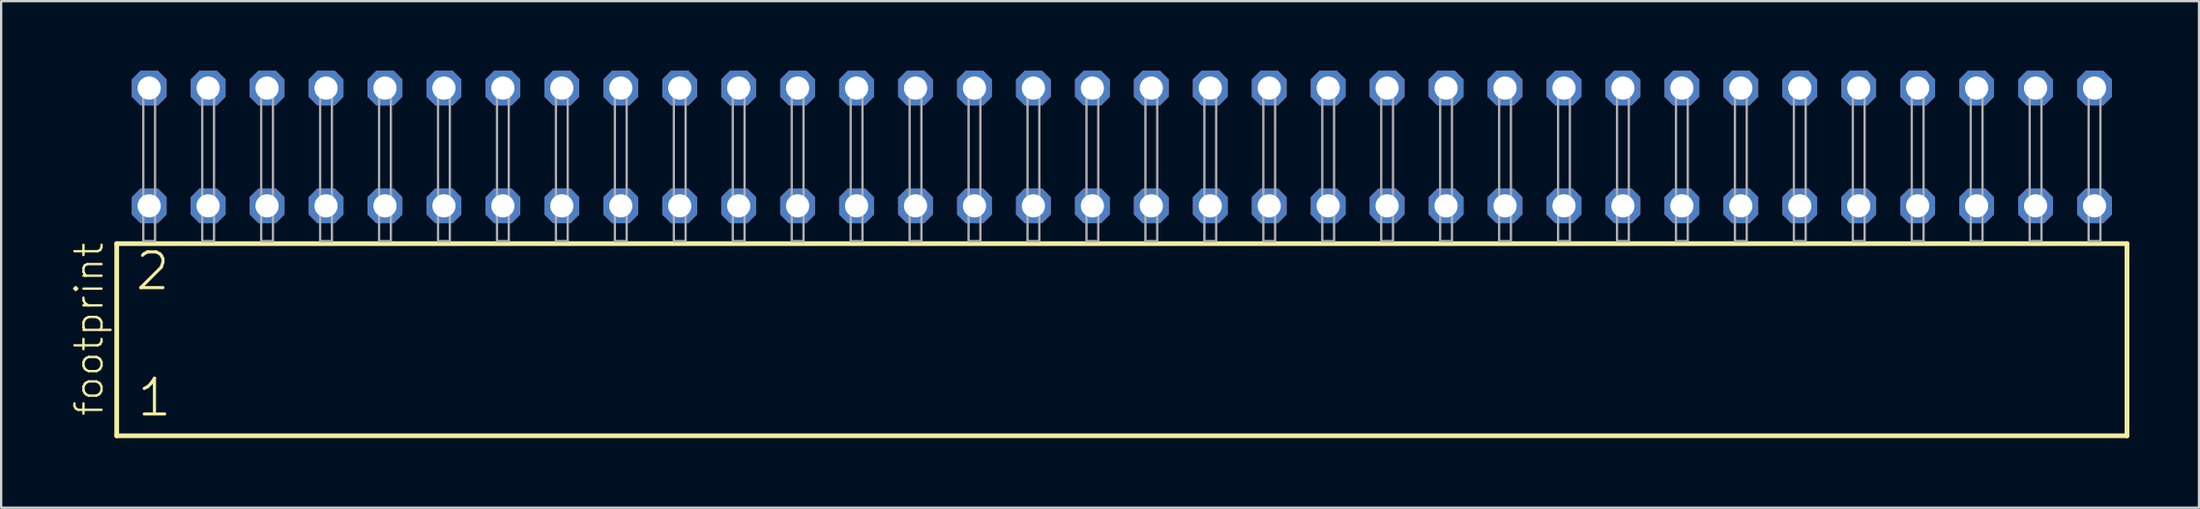
<source format=kicad_pcb>
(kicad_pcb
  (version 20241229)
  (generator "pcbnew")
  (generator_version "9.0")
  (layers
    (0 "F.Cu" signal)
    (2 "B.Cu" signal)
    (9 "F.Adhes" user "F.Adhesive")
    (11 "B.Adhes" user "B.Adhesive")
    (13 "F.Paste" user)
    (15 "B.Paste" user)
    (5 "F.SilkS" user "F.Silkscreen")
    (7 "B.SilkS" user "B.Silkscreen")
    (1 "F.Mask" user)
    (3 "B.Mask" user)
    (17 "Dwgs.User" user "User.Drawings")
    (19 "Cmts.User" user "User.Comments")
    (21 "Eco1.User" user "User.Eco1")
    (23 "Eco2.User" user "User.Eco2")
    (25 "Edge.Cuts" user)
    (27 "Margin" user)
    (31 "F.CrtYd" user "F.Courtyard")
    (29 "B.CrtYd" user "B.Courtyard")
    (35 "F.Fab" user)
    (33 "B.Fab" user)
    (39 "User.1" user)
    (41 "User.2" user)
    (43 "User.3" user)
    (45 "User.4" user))
  (footprint "footprint"
    (layer "F.Cu")
    (at 45.288 7.354)
    (property "Reference" "footprint" (at -43.815 7.62 90) (layer "F.SilkS") (effects (font (size 1.168 1.168) (thickness 0.102)) (justify left bottom)))
    (fp_line (start -43.309 0.106) (end -43.309 8.396) (stroke (width 0.203) (type solid)) (layer "F.SilkS"))
    (fp_line (start -43.309 8.396) (end 43.309 8.396) (stroke (width 0.203) (type solid)) (layer "F.SilkS"))
    (fp_line (start 43.309 0.106) (end -43.309 0.106) (stroke (width 0.203) (type solid)) (layer "F.SilkS"))
    (fp_line (start 43.309 8.396) (end 43.309 0.106) (stroke (width 0.203) (type solid)) (layer "F.SilkS"))
    (fp_poly (pts (xy -42.164 0) (xy -41.656 0) (xy -41.656 -6.858) (xy -42.164 -6.858)) (stroke (width 0.1) (type solid)) (fill no) (layer "F.Fab"))
    (fp_poly (pts (xy -39.624 0) (xy -39.116 0) (xy -39.116 -6.858) (xy -39.624 -6.858)) (stroke (width 0.1) (type solid)) (fill no) (layer "F.Fab"))
    (fp_poly (pts (xy -37.084 0) (xy -36.576 0) (xy -36.576 -6.858) (xy -37.084 -6.858)) (stroke (width 0.1) (type solid)) (fill no) (layer "F.Fab"))
    (fp_poly (pts (xy -34.544 0) (xy -34.036 0) (xy -34.036 -6.858) (xy -34.544 -6.858)) (stroke (width 0.1) (type solid)) (fill no) (layer "F.Fab"))
    (fp_poly (pts (xy -32.004 0) (xy -31.496 0) (xy -31.496 -6.858) (xy -32.004 -6.858)) (stroke (width 0.1) (type solid)) (fill no) (layer "F.Fab"))
    (fp_poly (pts (xy -29.464 0) (xy -28.956 0) (xy -28.956 -6.858) (xy -29.464 -6.858)) (stroke (width 0.1) (type solid)) (fill no) (layer "F.Fab"))
    (fp_poly (pts (xy -26.924 0) (xy -26.416 0) (xy -26.416 -6.858) (xy -26.924 -6.858)) (stroke (width 0.1) (type solid)) (fill no) (layer "F.Fab"))
    (fp_poly (pts (xy -24.384 0) (xy -23.876 0) (xy -23.876 -6.858) (xy -24.384 -6.858)) (stroke (width 0.1) (type solid)) (fill no) (layer "F.Fab"))
    (fp_poly (pts (xy -21.844 0) (xy -21.336 0) (xy -21.336 -6.858) (xy -21.844 -6.858)) (stroke (width 0.1) (type solid)) (fill no) (layer "F.Fab"))
    (fp_poly (pts (xy -19.304 0) (xy -18.796 0) (xy -18.796 -6.858) (xy -19.304 -6.858)) (stroke (width 0.1) (type solid)) (fill no) (layer "F.Fab"))
    (fp_poly (pts (xy -16.764 0) (xy -16.256 0) (xy -16.256 -6.858) (xy -16.764 -6.858)) (stroke (width 0.1) (type solid)) (fill no) (layer "F.Fab"))
    (fp_poly (pts (xy -14.224 0) (xy -13.716 0) (xy -13.716 -6.858) (xy -14.224 -6.858)) (stroke (width 0.1) (type solid)) (fill no) (layer "F.Fab"))
    (fp_poly (pts (xy -11.684 0) (xy -11.176 0) (xy -11.176 -6.858) (xy -11.684 -6.858)) (stroke (width 0.1) (type solid)) (fill no) (layer "F.Fab"))
    (fp_poly (pts (xy -9.144 0) (xy -8.636 0) (xy -8.636 -6.858) (xy -9.144 -6.858)) (stroke (width 0.1) (type solid)) (fill no) (layer "F.Fab"))
    (fp_poly (pts (xy -6.604 0) (xy -6.096 0) (xy -6.096 -6.858) (xy -6.604 -6.858)) (stroke (width 0.1) (type solid)) (fill no) (layer "F.Fab"))
    (fp_poly (pts (xy -4.064 0) (xy -3.556 0) (xy -3.556 -6.858) (xy -4.064 -6.858)) (stroke (width 0.1) (type solid)) (fill no) (layer "F.Fab"))
    (fp_poly (pts (xy -1.524 0) (xy -1.016 0) (xy -1.016 -6.858) (xy -1.524 -6.858)) (stroke (width 0.1) (type solid)) (fill no) (layer "F.Fab"))
    (fp_poly (pts (xy 1.016 0) (xy 1.524 0) (xy 1.524 -6.858) (xy 1.016 -6.858)) (stroke (width 0.1) (type solid)) (fill no) (layer "F.Fab"))
    (fp_poly (pts (xy 3.556 0) (xy 4.064 0) (xy 4.064 -6.858) (xy 3.556 -6.858)) (stroke (width 0.1) (type solid)) (fill no) (layer "F.Fab"))
    (fp_poly (pts (xy 6.096 0) (xy 6.604 0) (xy 6.604 -6.858) (xy 6.096 -6.858)) (stroke (width 0.1) (type solid)) (fill no) (layer "F.Fab"))
    (fp_poly (pts (xy 8.636 0) (xy 9.144 0) (xy 9.144 -6.858) (xy 8.636 -6.858)) (stroke (width 0.1) (type solid)) (fill no) (layer "F.Fab"))
    (fp_poly (pts (xy 11.176 0) (xy 11.684 0) (xy 11.684 -6.858) (xy 11.176 -6.858)) (stroke (width 0.1) (type solid)) (fill no) (layer "F.Fab"))
    (fp_poly (pts (xy 13.716 0) (xy 14.224 0) (xy 14.224 -6.858) (xy 13.716 -6.858)) (stroke (width 0.1) (type solid)) (fill no) (layer "F.Fab"))
    (fp_poly (pts (xy 16.256 0) (xy 16.764 0) (xy 16.764 -6.858) (xy 16.256 -6.858)) (stroke (width 0.1) (type solid)) (fill no) (layer "F.Fab"))
    (fp_poly (pts (xy 18.796 0) (xy 19.304 0) (xy 19.304 -6.858) (xy 18.796 -6.858)) (stroke (width 0.1) (type solid)) (fill no) (layer "F.Fab"))
    (fp_poly (pts (xy 21.336 0) (xy 21.844 0) (xy 21.844 -6.858) (xy 21.336 -6.858)) (stroke (width 0.1) (type solid)) (fill no) (layer "F.Fab"))
    (fp_poly (pts (xy 23.876 0) (xy 24.384 0) (xy 24.384 -6.858) (xy 23.876 -6.858)) (stroke (width 0.1) (type solid)) (fill no) (layer "F.Fab"))
    (fp_poly (pts (xy 26.416 0) (xy 26.924 0) (xy 26.924 -6.858) (xy 26.416 -6.858)) (stroke (width 0.1) (type solid)) (fill no) (layer "F.Fab"))
    (fp_poly (pts (xy 28.956 0) (xy 29.464 0) (xy 29.464 -6.858) (xy 28.956 -6.858)) (stroke (width 0.1) (type solid)) (fill no) (layer "F.Fab"))
    (fp_poly (pts (xy 31.496 0) (xy 32.004 0) (xy 32.004 -6.858) (xy 31.496 -6.858)) (stroke (width 0.1) (type solid)) (fill no) (layer "F.Fab"))
    (fp_poly (pts (xy 34.036 0) (xy 34.544 0) (xy 34.544 -6.858) (xy 34.036 -6.858)) (stroke (width 0.1) (type solid)) (fill no) (layer "F.Fab"))
    (fp_poly (pts (xy 36.576 0) (xy 37.084 0) (xy 37.084 -6.858) (xy 36.576 -6.858)) (stroke (width 0.1) (type solid)) (fill no) (layer "F.Fab"))
    (fp_poly (pts (xy 39.116 0) (xy 39.624 0) (xy 39.624 -6.858) (xy 39.116 -6.858)) (stroke (width 0.1) (type solid)) (fill no) (layer "F.Fab"))
    (fp_poly (pts (xy 41.656 0) (xy 42.164 0) (xy 42.164 -6.858) (xy 41.656 -6.858)) (stroke (width 0.1) (type solid)) (fill no) (layer "F.Fab"))
    (fp_text user "2" (at -42.58 2.2 0) (layer "F.SilkS") (effects (font (size 1.542 1.542) (thickness 0.134)) (justify left bottom)))
    (fp_text user "1" (at -42.505 7.65 0) (layer "F.SilkS") (effects (font (size 1.542 1.542) (thickness 0.134)) (justify left bottom)))
    (pad "1" thru_hole roundrect (at -41.91 -1.524) (size 1.5 1.5) (drill 1) (layers "*.Cu" "*.Mask") (roundrect_rratio 0.25) (chamfer_ratio 0.25) (chamfer top_left top_right bottom_left bottom_right))
    (pad "2" thru_hole roundrect (at -41.91 -6.604) (size 1.5 1.5) (drill 1) (layers "*.Cu" "*.Mask") (roundrect_rratio 0.25) (chamfer_ratio 0.25) (chamfer top_left top_right bottom_left bottom_right))
    (pad "3" thru_hole roundrect (at -39.37 -1.524) (size 1.5 1.5) (drill 1) (layers "*.Cu" "*.Mask") (roundrect_rratio 0.25) (chamfer_ratio 0.25) (chamfer top_left top_right bottom_left bottom_right))
    (pad "4" thru_hole roundrect (at -39.37 -6.604) (size 1.5 1.5) (drill 1) (layers "*.Cu" "*.Mask") (roundrect_rratio 0.25) (chamfer_ratio 0.25) (chamfer top_left top_right bottom_left bottom_right))
    (pad "5" thru_hole roundrect (at -36.83 -1.524) (size 1.5 1.5) (drill 1) (layers "*.Cu" "*.Mask") (roundrect_rratio 0.25) (chamfer_ratio 0.25) (chamfer top_left top_right bottom_left bottom_right))
    (pad "6" thru_hole roundrect (at -36.83 -6.604) (size 1.5 1.5) (drill 1) (layers "*.Cu" "*.Mask") (roundrect_rratio 0.25) (chamfer_ratio 0.25) (chamfer top_left top_right bottom_left bottom_right))
    (pad "7" thru_hole roundrect (at -34.29 -1.524) (size 1.5 1.5) (drill 1) (layers "*.Cu" "*.Mask") (roundrect_rratio 0.25) (chamfer_ratio 0.25) (chamfer top_left top_right bottom_left bottom_right))
    (pad "8" thru_hole roundrect (at -34.29 -6.604) (size 1.5 1.5) (drill 1) (layers "*.Cu" "*.Mask") (roundrect_rratio 0.25) (chamfer_ratio 0.25) (chamfer top_left top_right bottom_left bottom_right))
    (pad "9" thru_hole roundrect (at -31.75 -1.524) (size 1.5 1.5) (drill 1) (layers "*.Cu" "*.Mask") (roundrect_rratio 0.25) (chamfer_ratio 0.25) (chamfer top_left top_right bottom_left bottom_right))
    (pad "10" thru_hole roundrect (at -31.75 -6.604) (size 1.5 1.5) (drill 1) (layers "*.Cu" "*.Mask") (roundrect_rratio 0.25) (chamfer_ratio 0.25) (chamfer top_left top_right bottom_left bottom_right))
    (pad "11" thru_hole roundrect (at -29.21 -1.524) (size 1.5 1.5) (drill 1) (layers "*.Cu" "*.Mask") (roundrect_rratio 0.25) (chamfer_ratio 0.25) (chamfer top_left top_right bottom_left bottom_right))
    (pad "12" thru_hole roundrect (at -29.21 -6.604) (size 1.5 1.5) (drill 1) (layers "*.Cu" "*.Mask") (roundrect_rratio 0.25) (chamfer_ratio 0.25) (chamfer top_left top_right bottom_left bottom_right))
    (pad "13" thru_hole roundrect (at -26.67 -1.524) (size 1.5 1.5) (drill 1) (layers "*.Cu" "*.Mask") (roundrect_rratio 0.25) (chamfer_ratio 0.25) (chamfer top_left top_right bottom_left bottom_right))
    (pad "14" thru_hole roundrect (at -26.67 -6.604) (size 1.5 1.5) (drill 1) (layers "*.Cu" "*.Mask") (roundrect_rratio 0.25) (chamfer_ratio 0.25) (chamfer top_left top_right bottom_left bottom_right))
    (pad "15" thru_hole roundrect (at -24.13 -1.524) (size 1.5 1.5) (drill 1) (layers "*.Cu" "*.Mask") (roundrect_rratio 0.25) (chamfer_ratio 0.25) (chamfer top_left top_right bottom_left bottom_right))
    (pad "16" thru_hole roundrect (at -24.13 -6.604) (size 1.5 1.5) (drill 1) (layers "*.Cu" "*.Mask") (roundrect_rratio 0.25) (chamfer_ratio 0.25) (chamfer top_left top_right bottom_left bottom_right))
    (pad "17" thru_hole roundrect (at -21.59 -1.524) (size 1.5 1.5) (drill 1) (layers "*.Cu" "*.Mask") (roundrect_rratio 0.25) (chamfer_ratio 0.25) (chamfer top_left top_right bottom_left bottom_right))
    (pad "18" thru_hole roundrect (at -21.59 -6.604) (size 1.5 1.5) (drill 1) (layers "*.Cu" "*.Mask") (roundrect_rratio 0.25) (chamfer_ratio 0.25) (chamfer top_left top_right bottom_left bottom_right))
    (pad "19" thru_hole roundrect (at -19.05 -1.524) (size 1.5 1.5) (drill 1) (layers "*.Cu" "*.Mask") (roundrect_rratio 0.25) (chamfer_ratio 0.25) (chamfer top_left top_right bottom_left bottom_right))
    (pad "20" thru_hole roundrect (at -19.05 -6.604) (size 1.5 1.5) (drill 1) (layers "*.Cu" "*.Mask") (roundrect_rratio 0.25) (chamfer_ratio 0.25) (chamfer top_left top_right bottom_left bottom_right))
    (pad "21" thru_hole roundrect (at -16.51 -1.524) (size 1.5 1.5) (drill 1) (layers "*.Cu" "*.Mask") (roundrect_rratio 0.25) (chamfer_ratio 0.25) (chamfer top_left top_right bottom_left bottom_right))
    (pad "22" thru_hole roundrect (at -16.51 -6.604) (size 1.5 1.5) (drill 1) (layers "*.Cu" "*.Mask") (roundrect_rratio 0.25) (chamfer_ratio 0.25) (chamfer top_left top_right bottom_left bottom_right))
    (pad "23" thru_hole roundrect (at -13.97 -1.524) (size 1.5 1.5) (drill 1) (layers "*.Cu" "*.Mask") (roundrect_rratio 0.25) (chamfer_ratio 0.25) (chamfer top_left top_right bottom_left bottom_right))
    (pad "24" thru_hole roundrect (at -13.97 -6.604) (size 1.5 1.5) (drill 1) (layers "*.Cu" "*.Mask") (roundrect_rratio 0.25) (chamfer_ratio 0.25) (chamfer top_left top_right bottom_left bottom_right))
    (pad "25" thru_hole roundrect (at -11.43 -1.524) (size 1.5 1.5) (drill 1) (layers "*.Cu" "*.Mask") (roundrect_rratio 0.25) (chamfer_ratio 0.25) (chamfer top_left top_right bottom_left bottom_right))
    (pad "26" thru_hole roundrect (at -11.43 -6.604) (size 1.5 1.5) (drill 1) (layers "*.Cu" "*.Mask") (roundrect_rratio 0.25) (chamfer_ratio 0.25) (chamfer top_left top_right bottom_left bottom_right))
    (pad "27" thru_hole roundrect (at -8.89 -1.524) (size 1.5 1.5) (drill 1) (layers "*.Cu" "*.Mask") (roundrect_rratio 0.25) (chamfer_ratio 0.25) (chamfer top_left top_right bottom_left bottom_right))
    (pad "28" thru_hole roundrect (at -8.89 -6.604) (size 1.5 1.5) (drill 1) (layers "*.Cu" "*.Mask") (roundrect_rratio 0.25) (chamfer_ratio 0.25) (chamfer top_left top_right bottom_left bottom_right))
    (pad "29" thru_hole roundrect (at -6.35 -1.524) (size 1.5 1.5) (drill 1) (layers "*.Cu" "*.Mask") (roundrect_rratio 0.25) (chamfer_ratio 0.25) (chamfer top_left top_right bottom_left bottom_right))
    (pad "30" thru_hole roundrect (at -6.35 -6.604) (size 1.5 1.5) (drill 1) (layers "*.Cu" "*.Mask") (roundrect_rratio 0.25) (chamfer_ratio 0.25) (chamfer top_left top_right bottom_left bottom_right))
    (pad "31" thru_hole roundrect (at -3.81 -1.524) (size 1.5 1.5) (drill 1) (layers "*.Cu" "*.Mask") (roundrect_rratio 0.25) (chamfer_ratio 0.25) (chamfer top_left top_right bottom_left bottom_right))
    (pad "32" thru_hole roundrect (at -3.81 -6.604) (size 1.5 1.5) (drill 1) (layers "*.Cu" "*.Mask") (roundrect_rratio 0.25) (chamfer_ratio 0.25) (chamfer top_left top_right bottom_left bottom_right))
    (pad "33" thru_hole roundrect (at -1.27 -1.524) (size 1.5 1.5) (drill 1) (layers "*.Cu" "*.Mask") (roundrect_rratio 0.25) (chamfer_ratio 0.25) (chamfer top_left top_right bottom_left bottom_right))
    (pad "34" thru_hole roundrect (at -1.27 -6.604) (size 1.5 1.5) (drill 1) (layers "*.Cu" "*.Mask") (roundrect_rratio 0.25) (chamfer_ratio 0.25) (chamfer top_left top_right bottom_left bottom_right))
    (pad "35" thru_hole roundrect (at 1.27 -1.524) (size 1.5 1.5) (drill 1) (layers "*.Cu" "*.Mask") (roundrect_rratio 0.25) (chamfer_ratio 0.25) (chamfer top_left top_right bottom_left bottom_right))
    (pad "36" thru_hole roundrect (at 1.27 -6.604) (size 1.5 1.5) (drill 1) (layers "*.Cu" "*.Mask") (roundrect_rratio 0.25) (chamfer_ratio 0.25) (chamfer top_left top_right bottom_left bottom_right))
    (pad "37" thru_hole roundrect (at 3.81 -1.524) (size 1.5 1.5) (drill 1) (layers "*.Cu" "*.Mask") (roundrect_rratio 0.25) (chamfer_ratio 0.25) (chamfer top_left top_right bottom_left bottom_right))
    (pad "38" thru_hole roundrect (at 3.81 -6.604) (size 1.5 1.5) (drill 1) (layers "*.Cu" "*.Mask") (roundrect_rratio 0.25) (chamfer_ratio 0.25) (chamfer top_left top_right bottom_left bottom_right))
    (pad "39" thru_hole roundrect (at 6.35 -1.524) (size 1.5 1.5) (drill 1) (layers "*.Cu" "*.Mask") (roundrect_rratio 0.25) (chamfer_ratio 0.25) (chamfer top_left top_right bottom_left bottom_right))
    (pad "40" thru_hole roundrect (at 6.35 -6.604) (size 1.5 1.5) (drill 1) (layers "*.Cu" "*.Mask") (roundrect_rratio 0.25) (chamfer_ratio 0.25) (chamfer top_left top_right bottom_left bottom_right))
    (pad "41" thru_hole roundrect (at 8.89 -1.524) (size 1.5 1.5) (drill 1) (layers "*.Cu" "*.Mask") (roundrect_rratio 0.25) (chamfer_ratio 0.25) (chamfer top_left top_right bottom_left bottom_right))
    (pad "42" thru_hole roundrect (at 8.89 -6.604) (size 1.5 1.5) (drill 1) (layers "*.Cu" "*.Mask") (roundrect_rratio 0.25) (chamfer_ratio 0.25) (chamfer top_left top_right bottom_left bottom_right))
    (pad "43" thru_hole roundrect (at 11.43 -1.524) (size 1.5 1.5) (drill 1) (layers "*.Cu" "*.Mask") (roundrect_rratio 0.25) (chamfer_ratio 0.25) (chamfer top_left top_right bottom_left bottom_right))
    (pad "44" thru_hole roundrect (at 11.43 -6.604) (size 1.5 1.5) (drill 1) (layers "*.Cu" "*.Mask") (roundrect_rratio 0.25) (chamfer_ratio 0.25) (chamfer top_left top_right bottom_left bottom_right))
    (pad "45" thru_hole roundrect (at 13.97 -1.524) (size 1.5 1.5) (drill 1) (layers "*.Cu" "*.Mask") (roundrect_rratio 0.25) (chamfer_ratio 0.25) (chamfer top_left top_right bottom_left bottom_right))
    (pad "46" thru_hole roundrect (at 13.97 -6.604) (size 1.5 1.5) (drill 1) (layers "*.Cu" "*.Mask") (roundrect_rratio 0.25) (chamfer_ratio 0.25) (chamfer top_left top_right bottom_left bottom_right))
    (pad "47" thru_hole roundrect (at 16.51 -1.524) (size 1.5 1.5) (drill 1) (layers "*.Cu" "*.Mask") (roundrect_rratio 0.25) (chamfer_ratio 0.25) (chamfer top_left top_right bottom_left bottom_right))
    (pad "48" thru_hole roundrect (at 16.51 -6.604) (size 1.5 1.5) (drill 1) (layers "*.Cu" "*.Mask") (roundrect_rratio 0.25) (chamfer_ratio 0.25) (chamfer top_left top_right bottom_left bottom_right))
    (pad "49" thru_hole roundrect (at 19.05 -1.524) (size 1.5 1.5) (drill 1) (layers "*.Cu" "*.Mask") (roundrect_rratio 0.25) (chamfer_ratio 0.25) (chamfer top_left top_right bottom_left bottom_right))
    (pad "50" thru_hole roundrect (at 19.05 -6.604) (size 1.5 1.5) (drill 1) (layers "*.Cu" "*.Mask") (roundrect_rratio 0.25) (chamfer_ratio 0.25) (chamfer top_left top_right bottom_left bottom_right))
    (pad "51" thru_hole roundrect (at 21.59 -1.524) (size 1.5 1.5) (drill 1) (layers "*.Cu" "*.Mask") (roundrect_rratio 0.25) (chamfer_ratio 0.25) (chamfer top_left top_right bottom_left bottom_right))
    (pad "52" thru_hole roundrect (at 21.59 -6.604) (size 1.5 1.5) (drill 1) (layers "*.Cu" "*.Mask") (roundrect_rratio 0.25) (chamfer_ratio 0.25) (chamfer top_left top_right bottom_left bottom_right))
    (pad "53" thru_hole roundrect (at 24.13 -1.524) (size 1.5 1.5) (drill 1) (layers "*.Cu" "*.Mask") (roundrect_rratio 0.25) (chamfer_ratio 0.25) (chamfer top_left top_right bottom_left bottom_right))
    (pad "54" thru_hole roundrect (at 24.13 -6.604) (size 1.5 1.5) (drill 1) (layers "*.Cu" "*.Mask") (roundrect_rratio 0.25) (chamfer_ratio 0.25) (chamfer top_left top_right bottom_left bottom_right))
    (pad "55" thru_hole roundrect (at 26.67 -1.524) (size 1.5 1.5) (drill 1) (layers "*.Cu" "*.Mask") (roundrect_rratio 0.25) (chamfer_ratio 0.25) (chamfer top_left top_right bottom_left bottom_right))
    (pad "56" thru_hole roundrect (at 26.67 -6.604) (size 1.5 1.5) (drill 1) (layers "*.Cu" "*.Mask") (roundrect_rratio 0.25) (chamfer_ratio 0.25) (chamfer top_left top_right bottom_left bottom_right))
    (pad "57" thru_hole roundrect (at 29.21 -1.524) (size 1.5 1.5) (drill 1) (layers "*.Cu" "*.Mask") (roundrect_rratio 0.25) (chamfer_ratio 0.25) (chamfer top_left top_right bottom_left bottom_right))
    (pad "58" thru_hole roundrect (at 29.21 -6.604) (size 1.5 1.5) (drill 1) (layers "*.Cu" "*.Mask") (roundrect_rratio 0.25) (chamfer_ratio 0.25) (chamfer top_left top_right bottom_left bottom_right))
    (pad "59" thru_hole roundrect (at 31.75 -1.524) (size 1.5 1.5) (drill 1) (layers "*.Cu" "*.Mask") (roundrect_rratio 0.25) (chamfer_ratio 0.25) (chamfer top_left top_right bottom_left bottom_right))
    (pad "60" thru_hole roundrect (at 31.75 -6.604) (size 1.5 1.5) (drill 1) (layers "*.Cu" "*.Mask") (roundrect_rratio 0.25) (chamfer_ratio 0.25) (chamfer top_left top_right bottom_left bottom_right))
    (pad "61" thru_hole roundrect (at 34.29 -1.524) (size 1.5 1.5) (drill 1) (layers "*.Cu" "*.Mask") (roundrect_rratio 0.25) (chamfer_ratio 0.25) (chamfer top_left top_right bottom_left bottom_right))
    (pad "62" thru_hole roundrect (at 34.29 -6.604) (size 1.5 1.5) (drill 1) (layers "*.Cu" "*.Mask") (roundrect_rratio 0.25) (chamfer_ratio 0.25) (chamfer top_left top_right bottom_left bottom_right))
    (pad "63" thru_hole roundrect (at 36.83 -1.524) (size 1.5 1.5) (drill 1) (layers "*.Cu" "*.Mask") (roundrect_rratio 0.25) (chamfer_ratio 0.25) (chamfer top_left top_right bottom_left bottom_right))
    (pad "64" thru_hole roundrect (at 36.83 -6.604) (size 1.5 1.5) (drill 1) (layers "*.Cu" "*.Mask") (roundrect_rratio 0.25) (chamfer_ratio 0.25) (chamfer top_left top_right bottom_left bottom_right))
    (pad "65" thru_hole roundrect (at 39.37 -1.524) (size 1.5 1.5) (drill 1) (layers "*.Cu" "*.Mask") (roundrect_rratio 0.25) (chamfer_ratio 0.25) (chamfer top_left top_right bottom_left bottom_right))
    (pad "66" thru_hole roundrect (at 39.37 -6.604) (size 1.5 1.5) (drill 1) (layers "*.Cu" "*.Mask") (roundrect_rratio 0.25) (chamfer_ratio 0.25) (chamfer top_left top_right bottom_left bottom_right))
    (pad "67" thru_hole roundrect (at 41.91 -1.524) (size 1.5 1.5) (drill 1) (layers "*.Cu" "*.Mask") (roundrect_rratio 0.25) (chamfer_ratio 0.25) (chamfer top_left top_right bottom_left bottom_right))
    (pad "68" thru_hole roundrect (at 41.91 -6.604) (size 1.5 1.5) (drill 1) (layers "*.Cu" "*.Mask") (roundrect_rratio 0.25) (chamfer_ratio 0.25) (chamfer top_left top_right bottom_left bottom_right)))
  (gr_rect
    (start -3 -3)
    (end 91.699 18.852)
    (stroke (width 0.1) (type default))
    (fill no)
    (layer "Edge.Cuts")))
</source>
